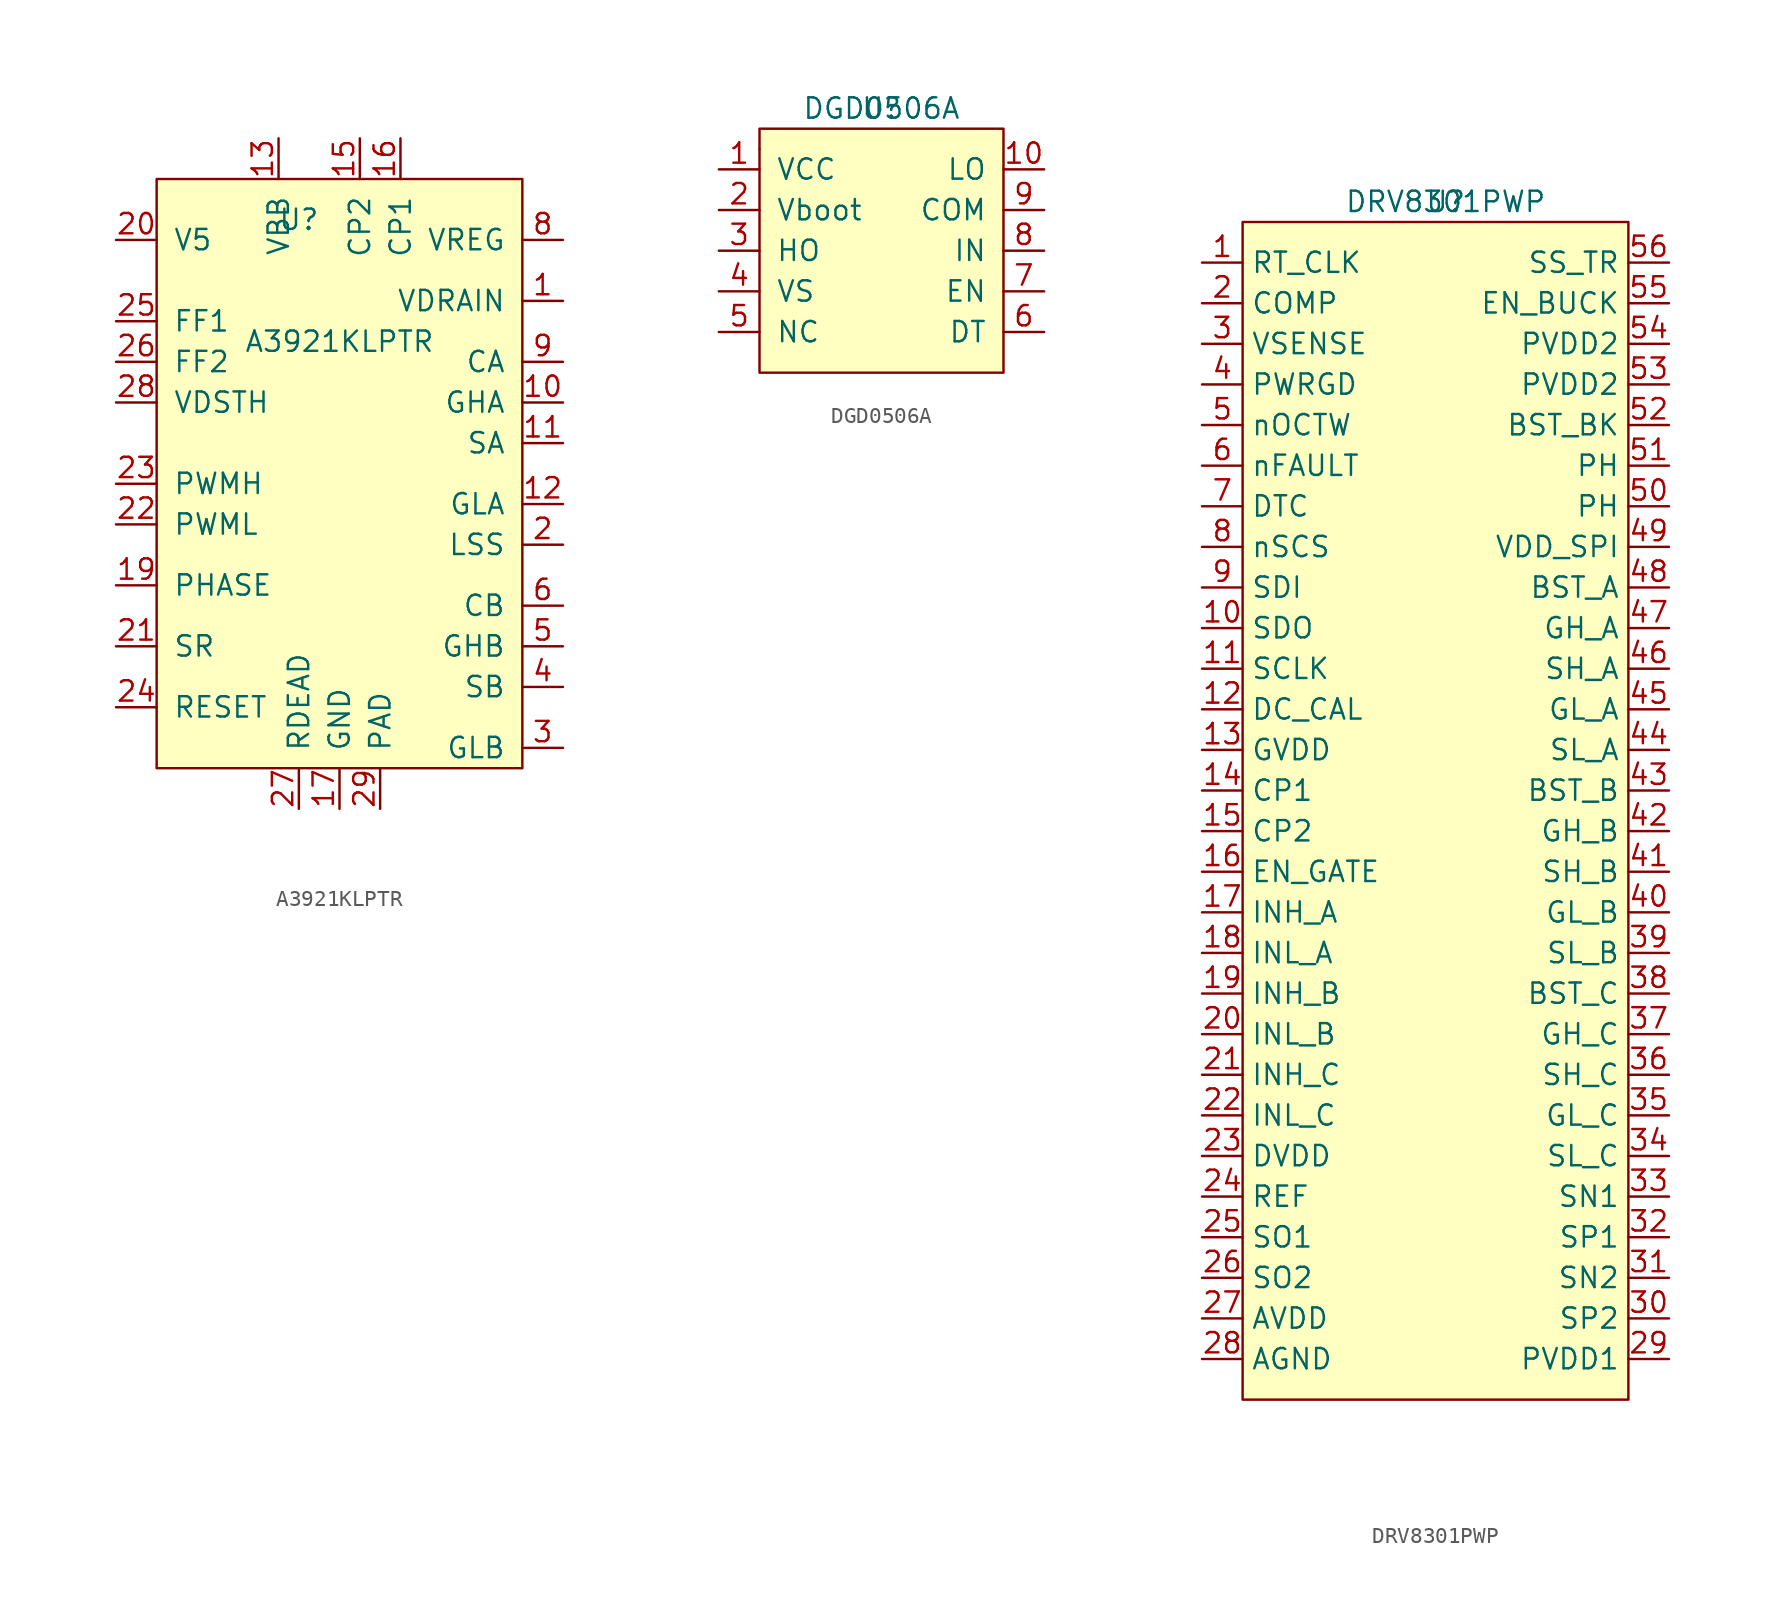
<source format=kicad_sym>
(kicad_symbol_lib
  (version 20211014)
  (generator kicad_symbol_editor)
  (symbol "A3921KLPTR"
    (pin_names
      (offset 1.016))
    (property "Reference" "U"
      (at -2.54 7.62 0)
      (effects (font (size 1.27 1.27))))
    (property "Value" "A3921KLPTR"
      (at 0 0 0)
      (effects (font (size 1.27 1.27))))
    (symbol "A3921KLPTR_0_1"
      (rectangle (start -11.43 10.16) (end 11.43 -26.67) (stroke (width 0) (type default) (color 0 0 0 0)) (fill (type background))))
    (symbol "A3921KLPTR_1_1"
      (pin power_in line (at 13.97 2.54 180) (length 2.54) (name "VDRAIN" (effects (font (size 1.27 1.27)))) (number "1" (effects (font (size 1.27 1.27)))))
      (pin output line (at 13.97 -3.81 180) (length 2.54) (name "GHA" (effects (font (size 1.27 1.27)))) (number "10" (effects (font (size 1.27 1.27)))))
      (pin power_in line (at 13.97 -6.35 180) (length 2.54) (name "SA" (effects (font (size 1.27 1.27)))) (number "11" (effects (font (size 1.27 1.27)))))
      (pin output line (at 13.97 -10.16 180) (length 2.54) (name "GLA" (effects (font (size 1.27 1.27)))) (number "12" (effects (font (size 1.27 1.27)))))
      (pin power_in line (at -3.81 12.7 270) (length 2.54) (name "VBB" (effects (font (size 1.27 1.27)))) (number "13" (effects (font (size 1.27 1.27)))))
      (pin power_out line (at 1.27 12.7 270) (length 2.54) (name "CP2" (effects (font (size 1.27 1.27)))) (number "15" (effects (font (size 1.27 1.27)))))
      (pin power_out line (at 3.81 12.7 270) (length 2.54) (name "CP1" (effects (font (size 1.27 1.27)))) (number "16" (effects (font (size 1.27 1.27)))))
      (pin power_out line (at 0 -29.21 90) (length 2.54) (name "GND" (effects (font (size 1.27 1.27)))) (number "17" (effects (font (size 1.27 1.27)))))
      (pin input line (at -13.97 -15.24 0) (length 2.54) (name "PHASE" (effects (font (size 1.27 1.27)))) (number "19" (effects (font (size 1.27 1.27)))))
      (pin power_in line (at 13.97 -12.7 180) (length 2.54) (name "LSS" (effects (font (size 1.27 1.27)))) (number "2" (effects (font (size 1.27 1.27)))))
      (pin power_out line (at -13.97 6.35 0) (length 2.54) (name "V5" (effects (font (size 1.27 1.27)))) (number "20" (effects (font (size 1.27 1.27)))))
      (pin input line (at -13.97 -19.05 0) (length 2.54) (name "SR" (effects (font (size 1.27 1.27)))) (number "21" (effects (font (size 1.27 1.27)))))
      (pin input line (at -13.97 -11.43 0) (length 2.54) (name "PWML" (effects (font (size 1.27 1.27)))) (number "22" (effects (font (size 1.27 1.27)))))
      (pin input line (at -13.97 -8.89 0) (length 2.54) (name "PWMH" (effects (font (size 1.27 1.27)))) (number "23" (effects (font (size 1.27 1.27)))))
      (pin input line (at -13.97 -22.86 0) (length 2.54) (name "RESET" (effects (font (size 1.27 1.27)))) (number "24" (effects (font (size 1.27 1.27)))))
      (pin input line (at -13.97 1.27 0) (length 2.54) (name "FF1" (effects (font (size 1.27 1.27)))) (number "25" (effects (font (size 1.27 1.27)))))
      (pin input line (at -13.97 -1.27 0) (length 2.54) (name "FF2" (effects (font (size 1.27 1.27)))) (number "26" (effects (font (size 1.27 1.27)))))
      (pin input line (at -2.54 -29.21 90) (length 2.54) (name "RDEAD" (effects (font (size 1.27 1.27)))) (number "27" (effects (font (size 1.27 1.27)))))
      (pin input line (at -13.97 -3.81 0) (length 2.54) (name "VDSTH" (effects (font (size 1.27 1.27)))) (number "28" (effects (font (size 1.27 1.27)))))
      (pin power_out line (at 2.54 -29.21 90) (length 2.54) (name "PAD" (effects (font (size 1.27 1.27)))) (number "29" (effects (font (size 1.27 1.27)))))
      (pin output line (at 13.97 -25.4 180) (length 2.54) (name "GLB" (effects (font (size 1.27 1.27)))) (number "3" (effects (font (size 1.27 1.27)))))
      (pin power_in line (at 13.97 -21.59 180) (length 2.54) (name "SB" (effects (font (size 1.27 1.27)))) (number "4" (effects (font (size 1.27 1.27)))))
      (pin output line (at 13.97 -19.05 180) (length 2.54) (name "GHB" (effects (font (size 1.27 1.27)))) (number "5" (effects (font (size 1.27 1.27)))))
      (pin passive line (at 13.97 -16.51 180) (length 2.54) (name "CB" (effects (font (size 1.27 1.27)))) (number "6" (effects (font (size 1.27 1.27)))))
      (pin passive line (at 13.97 6.35 180) (length 2.54) (name "VREG" (effects (font (size 1.27 1.27)))) (number "8" (effects (font (size 1.27 1.27)))))
      (pin passive line (at 13.97 -1.27 180) (length 2.54) (name "CA" (effects (font (size 1.27 1.27)))) (number "9" (effects (font (size 1.27 1.27)))))))
  (symbol "DGD0506A"
    (pin_names
      (offset 1.016))
    (property "Reference" "U"
      (at 0 0 0)
      (effects (font (size 1.27 1.27))))
    (property "Value" "DGD0506A"
      (at 0 0 0)
      (effects (font (size 1.27 1.27))))
    (symbol "DGD0506A_0_1"
      (rectangle (start -7.62 -2.54) (end -7.62 -2.54) (stroke (width 0) (type default) (color 0 0 0 0)) (fill (type none)))
      (rectangle (start -7.62 -1.27) (end 7.62 -16.51) (stroke (width 0) (type default) (color 0 0 0 0)) (fill (type background))))
    (symbol "DGD0506A_1_1"
      (pin power_in line (at -10.16 -3.81 0) (length 2.54) (name "VCC" (effects (font (size 1.27 1.27)))) (number "1" (effects (font (size 1.27 1.27)))))
      (pin power_out line (at 10.16 -3.81 180) (length 2.54) (name "LO" (effects (font (size 1.27 1.27)))) (number "10" (effects (font (size 1.27 1.27)))))
      (pin power_out line (at -10.16 -6.35 0) (length 2.54) (name "Vboot" (effects (font (size 1.27 1.27)))) (number "2" (effects (font (size 1.27 1.27)))))
      (pin power_out line (at -10.16 -8.89 0) (length 2.54) (name "HO" (effects (font (size 1.27 1.27)))) (number "3" (effects (font (size 1.27 1.27)))))
      (pin input line (at -10.16 -11.43 0) (length 2.54) (name "VS" (effects (font (size 1.27 1.27)))) (number "4" (effects (font (size 1.27 1.27)))))
      (pin input line (at -10.16 -13.97 0) (length 2.54) (name "NC" (effects (font (size 1.27 1.27)))) (number "5" (effects (font (size 1.27 1.27)))))
      (pin input line (at 10.16 -13.97 180) (length 2.54) (name "DT" (effects (font (size 1.27 1.27)))) (number "6" (effects (font (size 1.27 1.27)))))
      (pin input line (at 10.16 -11.43 180) (length 2.54) (name "EN" (effects (font (size 1.27 1.27)))) (number "7" (effects (font (size 1.27 1.27)))))
      (pin input line (at 10.16 -8.89 180) (length 2.54) (name "IN" (effects (font (size 1.27 1.27)))) (number "8" (effects (font (size 1.27 1.27)))))
      (pin power_in line (at 10.16 -6.35 180) (length 2.54) (name "COM" (effects (font (size 1.27 1.27)))) (number "9" (effects (font (size 1.27 1.27)))))))
  (symbol "DRV8301PWP"
    (property "Reference" "U"
      (at 0 0 0)
      (effects (font (size 1.27 1.27))))
    (property "Value" "DRV8301PWP"
      (at 0 0 0)
      (effects (font (size 1.27 1.27))))
    (symbol "DRV8301PWP_0_1"
      (rectangle (start -12.7 -1.27) (end 11.43 -74.93) (stroke (width 0) (type default) (color 0 0 0 0)) (fill (type background))))
    (symbol "DRV8301PWP_1_1"
      (pin input line (at -15.24 -3.81 0) (length 2.54) (name "RT_CLK" (effects (font (size 1.27 1.27)))) (number "1" (effects (font (size 1.27 1.27)))))
      (pin output line (at -15.24 -26.67 0) (length 2.54) (name "SDO" (effects (font (size 1.27 1.27)))) (number "10" (effects (font (size 1.27 1.27)))))
      (pin input line (at -15.24 -29.21 0) (length 2.54) (name "SCLK" (effects (font (size 1.27 1.27)))) (number "11" (effects (font (size 1.27 1.27)))))
      (pin input line (at -15.24 -31.75 0) (length 2.54) (name "DC_CAL" (effects (font (size 1.27 1.27)))) (number "12" (effects (font (size 1.27 1.27)))))
      (pin input line (at -15.24 -34.29 0) (length 2.54) (name "GVDD" (effects (font (size 1.27 1.27)))) (number "13" (effects (font (size 1.27 1.27)))))
      (pin input line (at -15.24 -36.83 0) (length 2.54) (name "CP1" (effects (font (size 1.27 1.27)))) (number "14" (effects (font (size 1.27 1.27)))))
      (pin input line (at -15.24 -39.37 0) (length 2.54) (name "CP2" (effects (font (size 1.27 1.27)))) (number "15" (effects (font (size 1.27 1.27)))))
      (pin input line (at -15.24 -41.91 0) (length 2.54) (name "EN_GATE" (effects (font (size 1.27 1.27)))) (number "16" (effects (font (size 1.27 1.27)))))
      (pin input line (at -15.24 -44.45 0) (length 2.54) (name "INH_A" (effects (font (size 1.27 1.27)))) (number "17" (effects (font (size 1.27 1.27)))))
      (pin input line (at -15.24 -46.99 0) (length 2.54) (name "INL_A" (effects (font (size 1.27 1.27)))) (number "18" (effects (font (size 1.27 1.27)))))
      (pin input line (at -15.24 -49.53 0) (length 2.54) (name "INH_B" (effects (font (size 1.27 1.27)))) (number "19" (effects (font (size 1.27 1.27)))))
      (pin input line (at -15.24 -6.35 0) (length 2.54) (name "COMP" (effects (font (size 1.27 1.27)))) (number "2" (effects (font (size 1.27 1.27)))))
      (pin input line (at -15.24 -52.07 0) (length 2.54) (name "INL_B" (effects (font (size 1.27 1.27)))) (number "20" (effects (font (size 1.27 1.27)))))
      (pin input line (at -15.24 -54.61 0) (length 2.54) (name "INH_C" (effects (font (size 1.27 1.27)))) (number "21" (effects (font (size 1.27 1.27)))))
      (pin input line (at -15.24 -57.15 0) (length 2.54) (name "INL_C" (effects (font (size 1.27 1.27)))) (number "22" (effects (font (size 1.27 1.27)))))
      (pin input line (at -15.24 -59.69 0) (length 2.54) (name "DVDD" (effects (font (size 1.27 1.27)))) (number "23" (effects (font (size 1.27 1.27)))))
      (pin output line (at -15.24 -62.23 0) (length 2.54) (name "REF" (effects (font (size 1.27 1.27)))) (number "24" (effects (font (size 1.27 1.27)))))
      (pin output line (at -15.24 -64.77 0) (length 2.54) (name "SO1" (effects (font (size 1.27 1.27)))) (number "25" (effects (font (size 1.27 1.27)))))
      (pin output line (at -15.24 -67.31 0) (length 2.54) (name "SO2" (effects (font (size 1.27 1.27)))) (number "26" (effects (font (size 1.27 1.27)))))
      (pin power_in line (at -15.24 -69.85 0) (length 2.54) (name "AVDD" (effects (font (size 1.27 1.27)))) (number "27" (effects (font (size 1.27 1.27)))))
      (pin power_in line (at -15.24 -72.39 0) (length 2.54) (name "AGND" (effects (font (size 1.27 1.27)))) (number "28" (effects (font (size 1.27 1.27)))))
      (pin power_in line (at 13.97 -72.39 180) (length 2.54) (name "PVDD1" (effects (font (size 1.27 1.27)))) (number "29" (effects (font (size 1.27 1.27)))))
      (pin input line (at -15.24 -8.89 0) (length 2.54) (name "VSENSE" (effects (font (size 1.27 1.27)))) (number "3" (effects (font (size 1.27 1.27)))))
      (pin input line (at 13.97 -69.85 180) (length 2.54) (name "SP2" (effects (font (size 1.27 1.27)))) (number "30" (effects (font (size 1.27 1.27)))))
      (pin input line (at 13.97 -67.31 180) (length 2.54) (name "SN2" (effects (font (size 1.27 1.27)))) (number "31" (effects (font (size 1.27 1.27)))))
      (pin input line (at 13.97 -64.77 180) (length 2.54) (name "SP1" (effects (font (size 1.27 1.27)))) (number "32" (effects (font (size 1.27 1.27)))))
      (pin input line (at 13.97 -62.23 180) (length 2.54) (name "SN1" (effects (font (size 1.27 1.27)))) (number "33" (effects (font (size 1.27 1.27)))))
      (pin power_out line (at 13.97 -59.69 180) (length 2.54) (name "SL_C" (effects (font (size 1.27 1.27)))) (number "34" (effects (font (size 1.27 1.27)))))
      (pin output line (at 13.97 -57.15 180) (length 2.54) (name "GL_C" (effects (font (size 1.27 1.27)))) (number "35" (effects (font (size 1.27 1.27)))))
      (pin power_out line (at 13.97 -54.61 180) (length 2.54) (name "SH_C" (effects (font (size 1.27 1.27)))) (number "36" (effects (font (size 1.27 1.27)))))
      (pin output line (at 13.97 -52.07 180) (length 2.54) (name "GH_C" (effects (font (size 1.27 1.27)))) (number "37" (effects (font (size 1.27 1.27)))))
      (pin power_out line (at 13.97 -49.53 180) (length 2.54) (name "BST_C" (effects (font (size 1.27 1.27)))) (number "38" (effects (font (size 1.27 1.27)))))
      (pin power_out line (at 13.97 -46.99 180) (length 2.54) (name "SL_B" (effects (font (size 1.27 1.27)))) (number "39" (effects (font (size 1.27 1.27)))))
      (pin input line (at -15.24 -11.43 0) (length 2.54) (name "PWRGD" (effects (font (size 1.27 1.27)))) (number "4" (effects (font (size 1.27 1.27)))))
      (pin output line (at 13.97 -44.45 180) (length 2.54) (name "GL_B" (effects (font (size 1.27 1.27)))) (number "40" (effects (font (size 1.27 1.27)))))
      (pin power_out line (at 13.97 -41.91 180) (length 2.54) (name "SH_B" (effects (font (size 1.27 1.27)))) (number "41" (effects (font (size 1.27 1.27)))))
      (pin output line (at 13.97 -39.37 180) (length 2.54) (name "GH_B" (effects (font (size 1.27 1.27)))) (number "42" (effects (font (size 1.27 1.27)))))
      (pin power_out line (at 13.97 -36.83 180) (length 2.54) (name "BST_B" (effects (font (size 1.27 1.27)))) (number "43" (effects (font (size 1.27 1.27)))))
      (pin power_out line (at 13.97 -34.29 180) (length 2.54) (name "SL_A" (effects (font (size 1.27 1.27)))) (number "44" (effects (font (size 1.27 1.27)))))
      (pin output line (at 13.97 -31.75 180) (length 2.54) (name "GL_A" (effects (font (size 1.27 1.27)))) (number "45" (effects (font (size 1.27 1.27)))))
      (pin power_out line (at 13.97 -29.21 180) (length 2.54) (name "SH_A" (effects (font (size 1.27 1.27)))) (number "46" (effects (font (size 1.27 1.27)))))
      (pin output line (at 13.97 -26.67 180) (length 2.54) (name "GH_A" (effects (font (size 1.27 1.27)))) (number "47" (effects (font (size 1.27 1.27)))))
      (pin power_out line (at 13.97 -24.13 180) (length 2.54) (name "BST_A" (effects (font (size 1.27 1.27)))) (number "48" (effects (font (size 1.27 1.27)))))
      (pin power_in line (at 13.97 -21.59 180) (length 2.54) (name "VDD_SPI" (effects (font (size 1.27 1.27)))) (number "49" (effects (font (size 1.27 1.27)))))
      (pin input line (at -15.24 -13.97 0) (length 2.54) (name "nOCTW" (effects (font (size 1.27 1.27)))) (number "5" (effects (font (size 1.27 1.27)))))
      (pin input line (at 13.97 -19.05 180) (length 2.54) (name "PH" (effects (font (size 1.27 1.27)))) (number "50" (effects (font (size 1.27 1.27)))))
      (pin input line (at 13.97 -16.51 180) (length 2.54) (name "PH" (effects (font (size 1.27 1.27)))) (number "51" (effects (font (size 1.27 1.27)))))
      (pin input line (at 13.97 -13.97 180) (length 2.54) (name "BST_BK" (effects (font (size 1.27 1.27)))) (number "52" (effects (font (size 1.27 1.27)))))
      (pin input line (at 13.97 -11.43 180) (length 2.54) (name "PVDD2" (effects (font (size 1.27 1.27)))) (number "53" (effects (font (size 1.27 1.27)))))
      (pin input line (at 13.97 -8.89 180) (length 2.54) (name "PVDD2" (effects (font (size 1.27 1.27)))) (number "54" (effects (font (size 1.27 1.27)))))
      (pin input line (at 13.97 -6.35 180) (length 2.54) (name "EN_BUCK" (effects (font (size 1.27 1.27)))) (number "55" (effects (font (size 1.27 1.27)))))
      (pin input line (at 13.97 -3.81 180) (length 2.54) (name "SS_TR" (effects (font (size 1.27 1.27)))) (number "56" (effects (font (size 1.27 1.27)))))
      (pin input line (at -15.24 -16.51 0) (length 2.54) (name "nFAULT" (effects (font (size 1.27 1.27)))) (number "6" (effects (font (size 1.27 1.27)))))
      (pin input line (at -15.24 -19.05 0) (length 2.54) (name "DTC" (effects (font (size 1.27 1.27)))) (number "7" (effects (font (size 1.27 1.27)))))
      (pin input line (at -15.24 -21.59 0) (length 2.54) (name "nSCS" (effects (font (size 1.27 1.27)))) (number "8" (effects (font (size 1.27 1.27)))))
      (pin input line (at -15.24 -24.13 0) (length 2.54) (name "SDI" (effects (font (size 1.27 1.27)))) (number "9" (effects (font (size 1.27 1.27))))))))
</source>
